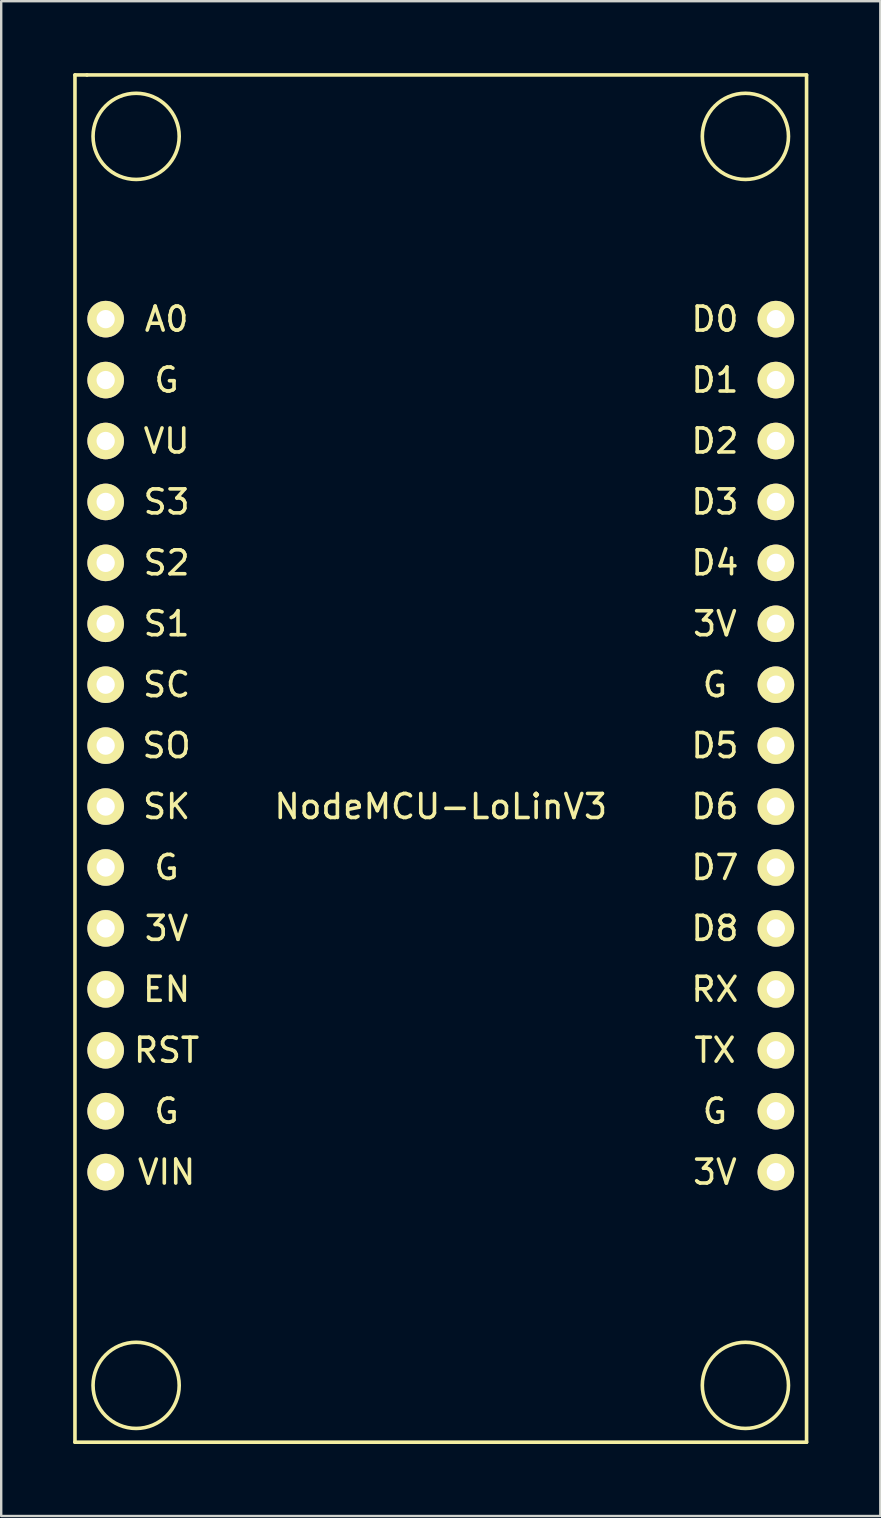
<source format=kicad_pcb>
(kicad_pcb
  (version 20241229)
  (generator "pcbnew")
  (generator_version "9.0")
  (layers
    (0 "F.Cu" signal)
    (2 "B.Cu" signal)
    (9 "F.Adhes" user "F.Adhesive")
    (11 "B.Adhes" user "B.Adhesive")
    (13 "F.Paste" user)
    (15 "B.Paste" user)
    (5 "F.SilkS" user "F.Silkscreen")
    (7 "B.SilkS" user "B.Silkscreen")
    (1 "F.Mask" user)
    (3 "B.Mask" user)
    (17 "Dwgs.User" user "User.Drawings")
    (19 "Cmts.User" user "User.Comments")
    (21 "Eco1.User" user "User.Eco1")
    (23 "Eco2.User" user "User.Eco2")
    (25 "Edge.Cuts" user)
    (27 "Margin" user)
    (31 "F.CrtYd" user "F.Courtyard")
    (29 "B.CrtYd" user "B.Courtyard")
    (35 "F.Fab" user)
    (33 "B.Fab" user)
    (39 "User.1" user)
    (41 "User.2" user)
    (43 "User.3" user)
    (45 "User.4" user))
  (footprint "NodeMCU-LoLinV3"
    (layer "F.Cu")
    (at 15.325 30.575)
    (property "Reference" "NodeMCU-LoLinV3" (at 0 0 0) (layer "F.SilkS") (effects (font (size 1 1) (thickness 0.15))))
    (attr through_hole)
    (fp_line (start -15.25 -30.5) (end -15.25 26.5) (stroke (width 0.15) (type solid)) (layer "F.SilkS"))
    (fp_line (start -15.25 26.5) (end 15.25 26.5) (stroke (width 0.15) (type solid)) (layer "F.SilkS"))
    (fp_line (start -14.75 -30.5) (end -15.25 -30.5) (stroke (width 0.15) (type solid)) (layer "F.SilkS"))
    (fp_line (start 15.25 -30.5) (end -14.75 -30.5) (stroke (width 0.15) (type solid)) (layer "F.SilkS"))
    (fp_line (start 15.25 26.5) (end 15.25 -30.5) (stroke (width 0.15) (type solid)) (layer "F.SilkS"))
    (fp_circle (center -12.7 -27.94) (end -11.43 -29.21) (stroke (width 0.15) (type solid)) (fill no) (layer "F.SilkS"))
    (fp_circle (center -12.7 24.13) (end -11.43 22.86) (stroke (width 0.15) (type solid)) (fill no) (layer "F.SilkS"))
    (fp_circle (center 12.7 -27.94) (end 13.97 -29.21) (stroke (width 0.15) (type solid)) (fill no) (layer "F.SilkS"))
    (fp_circle (center 12.7 24.13) (end 13.97 22.86) (stroke (width 0.15) (type solid)) (fill no) (layer "F.SilkS"))
    (fp_text user "D7" (at 11.43 2.54 0) (layer "F.SilkS") (effects (font (size 1 1) (thickness 0.15))))
    (fp_text user "D6" (at 11.43 0 0) (layer "F.SilkS") (effects (font (size 1 1) (thickness 0.15))))
    (fp_text user "RST" (at -11.43 10.16 0) (layer "F.SilkS") (effects (font (size 1 1) (thickness 0.15))))
    (fp_text user "3V" (at -11.43 5.08 0) (layer "F.SilkS") (effects (font (size 1 1) (thickness 0.15))))
    (fp_text user "G" (at 11.43 12.7 0) (layer "F.SilkS") (effects (font (size 1 1) (thickness 0.15))))
    (fp_text user "VU" (at -11.43 -15.24 0) (layer "F.SilkS") (effects (font (size 1 1) (thickness 0.15))))
    (fp_text user "RX" (at 11.43 7.62 0) (layer "F.SilkS") (effects (font (size 1 1) (thickness 0.15))))
    (fp_text user "D0" (at 11.43 -20.32 0) (layer "F.SilkS") (effects (font (size 1 1) (thickness 0.15))))
    (fp_text user "3V" (at 11.43 15.24 0) (layer "F.SilkS") (effects (font (size 1 1) (thickness 0.15))))
    (fp_text user "G" (at -11.43 -17.78 0) (layer "F.SilkS") (effects (font (size 1 1) (thickness 0.15))))
    (fp_text user "A0" (at -11.43 -20.32 0) (layer "F.SilkS") (effects (font (size 1 1) (thickness 0.15))))
    (fp_text user "D8" (at 11.43 5.08 0) (layer "F.SilkS") (effects (font (size 1 1) (thickness 0.15))))
    (fp_text user "SO" (at -11.43 -2.54 0) (layer "F.SilkS") (effects (font (size 1 1) (thickness 0.15))))
    (fp_text user "TX" (at 11.43 10.16 0) (layer "F.SilkS") (effects (font (size 1 1) (thickness 0.15))))
    (fp_text user "SK" (at -11.43 0 0) (layer "F.SilkS") (effects (font (size 1 1) (thickness 0.15))))
    (fp_text user "S1" (at -11.43 -7.62 0) (layer "F.SilkS") (effects (font (size 1 1) (thickness 0.15))))
    (fp_text user "D5" (at 11.43 -2.54 0) (layer "F.SilkS") (effects (font (size 1 1) (thickness 0.15))))
    (fp_text user "G" (at 11.43 -5.08 0) (layer "F.SilkS") (effects (font (size 1 1) (thickness 0.15))))
    (fp_text user "D4" (at 11.43 -10.16 0) (layer "F.SilkS") (effects (font (size 1 1) (thickness 0.15))))
    (fp_text user "D2" (at 11.43 -15.24 0) (layer "F.SilkS") (effects (font (size 1 1) (thickness 0.15))))
    (fp_text user "D3" (at 11.43 -12.7 0) (layer "F.SilkS") (effects (font (size 1 1) (thickness 0.15))))
    (fp_text user "G" (at -11.43 12.7 0) (layer "F.SilkS") (effects (font (size 1 1) (thickness 0.15))))
    (fp_text user "G" (at -11.43 2.54 0) (layer "F.SilkS") (effects (font (size 1 1) (thickness 0.15))))
    (fp_text user "VIN" (at -11.43 15.24 0) (layer "F.SilkS") (effects (font (size 1 1) (thickness 0.15))))
    (fp_text user "3V" (at 11.43 -7.62 0) (layer "F.SilkS") (effects (font (size 1 1) (thickness 0.15))))
    (fp_text user "SC" (at -11.43 -5.08 0) (layer "F.SilkS") (effects (font (size 1 1) (thickness 0.15))))
    (fp_text user "EN" (at -11.43 7.62 0) (layer "F.SilkS") (effects (font (size 1 1) (thickness 0.15))))
    (fp_text user "D1" (at 11.43 -17.78 0) (layer "F.SilkS") (effects (font (size 1 1) (thickness 0.15))))
    (fp_text user "S2" (at -11.43 -10.16 0) (layer "F.SilkS") (effects (font (size 1 1) (thickness 0.15))))
    (fp_text user "S3" (at -11.43 -12.7 0) (layer "F.SilkS") (effects (font (size 1 1) (thickness 0.15))))
    (pad "1" thru_hole circle (at -13.97 -20.32) (size 1.524 1.524) (drill 0.762) (layers "*.Cu" "*.Mask" "F.SilkS"))
    (pad "2" thru_hole circle (at -13.97 -17.78) (size 1.524 1.524) (drill 0.762) (layers "*.Cu" "*.Mask" "F.SilkS"))
    (pad "3" thru_hole circle (at -13.97 -15.24) (size 1.524 1.524) (drill 0.762) (layers "*.Cu" "*.Mask" "F.SilkS"))
    (pad "4" thru_hole circle (at -13.97 -12.7) (size 1.524 1.524) (drill 0.762) (layers "*.Cu" "*.Mask" "F.SilkS"))
    (pad "5" thru_hole circle (at -13.97 -10.16) (size 1.524 1.524) (drill 0.762) (layers "*.Cu" "*.Mask" "F.SilkS"))
    (pad "6" thru_hole circle (at -13.97 -7.62) (size 1.524 1.524) (drill 0.762) (layers "*.Cu" "*.Mask" "F.SilkS"))
    (pad "7" thru_hole circle (at -13.97 -5.08) (size 1.524 1.524) (drill 0.762) (layers "*.Cu" "*.Mask" "F.SilkS"))
    (pad "8" thru_hole circle (at -13.97 -2.54) (size 1.524 1.524) (drill 0.762) (layers "*.Cu" "*.Mask" "F.SilkS"))
    (pad "9" thru_hole circle (at -13.97 0) (size 1.524 1.524) (drill 0.762) (layers "*.Cu" "*.Mask" "F.SilkS"))
    (pad "10" thru_hole circle (at -13.97 2.54) (size 1.524 1.524) (drill 0.762) (layers "*.Cu" "*.Mask" "F.SilkS"))
    (pad "11" thru_hole circle (at -13.97 5.08) (size 1.524 1.524) (drill 0.762) (layers "*.Cu" "*.Mask" "F.SilkS"))
    (pad "12" thru_hole circle (at -13.97 7.62) (size 1.524 1.524) (drill 0.762) (layers "*.Cu" "*.Mask" "F.SilkS"))
    (pad "13" thru_hole circle (at -13.97 10.16) (size 1.524 1.524) (drill 0.762) (layers "*.Cu" "*.Mask" "F.SilkS"))
    (pad "14" thru_hole circle (at -13.97 12.7) (size 1.524 1.524) (drill 0.762) (layers "*.Cu" "*.Mask" "F.SilkS"))
    (pad "15" thru_hole circle (at -13.97 15.24) (size 1.524 1.524) (drill 0.762) (layers "*.Cu" "*.Mask" "F.SilkS"))
    (pad "16" thru_hole circle (at 13.97 15.24) (size 1.524 1.524) (drill 0.762) (layers "*.Cu" "*.Mask" "F.SilkS"))
    (pad "17" thru_hole circle (at 13.97 12.7) (size 1.524 1.524) (drill 0.762) (layers "*.Cu" "*.Mask" "F.SilkS"))
    (pad "18" thru_hole circle (at 13.97 10.16) (size 1.524 1.524) (drill 0.762) (layers "*.Cu" "*.Mask" "F.SilkS"))
    (pad "19" thru_hole circle (at 13.97 7.62) (size 1.524 1.524) (drill 0.762) (layers "*.Cu" "*.Mask" "F.SilkS"))
    (pad "20" thru_hole circle (at 13.97 5.08) (size 1.524 1.524) (drill 0.762) (layers "*.Cu" "*.Mask" "F.SilkS"))
    (pad "21" thru_hole circle (at 13.97 2.54) (size 1.524 1.524) (drill 0.762) (layers "*.Cu" "*.Mask" "F.SilkS"))
    (pad "22" thru_hole circle (at 13.97 0) (size 1.524 1.524) (drill 0.762) (layers "*.Cu" "*.Mask" "F.SilkS"))
    (pad "23" thru_hole circle (at 13.97 -2.54) (size 1.524 1.524) (drill 0.762) (layers "*.Cu" "*.Mask" "F.SilkS"))
    (pad "24" thru_hole circle (at 13.97 -5.08) (size 1.524 1.524) (drill 0.762) (layers "*.Cu" "*.Mask" "F.SilkS"))
    (pad "25" thru_hole circle (at 13.97 -7.62) (size 1.524 1.524) (drill 0.762) (layers "*.Cu" "*.Mask" "F.SilkS"))
    (pad "26" thru_hole circle (at 13.97 -10.16) (size 1.524 1.524) (drill 0.762) (layers "*.Cu" "*.Mask" "F.SilkS"))
    (pad "27" thru_hole circle (at 13.97 -12.7) (size 1.524 1.524) (drill 0.762) (layers "*.Cu" "*.Mask" "F.SilkS"))
    (pad "28" thru_hole circle (at 13.97 -15.24) (size 1.524 1.524) (drill 0.762) (layers "*.Cu" "*.Mask" "F.SilkS"))
    (pad "29" thru_hole circle (at 13.97 -17.78) (size 1.524 1.524) (drill 0.762) (layers "*.Cu" "*.Mask" "F.SilkS"))
    (pad "30" thru_hole circle (at 13.97 -20.32) (size 1.524 1.524) (drill 0.762) (layers "*.Cu" "*.Mask" "F.SilkS")))
  (gr_rect
    (start -3 -3)
    (end 33.65 60.15)
    (stroke (width 0.1) (type default))
    (fill no)
    (layer "Edge.Cuts")))
</source>
